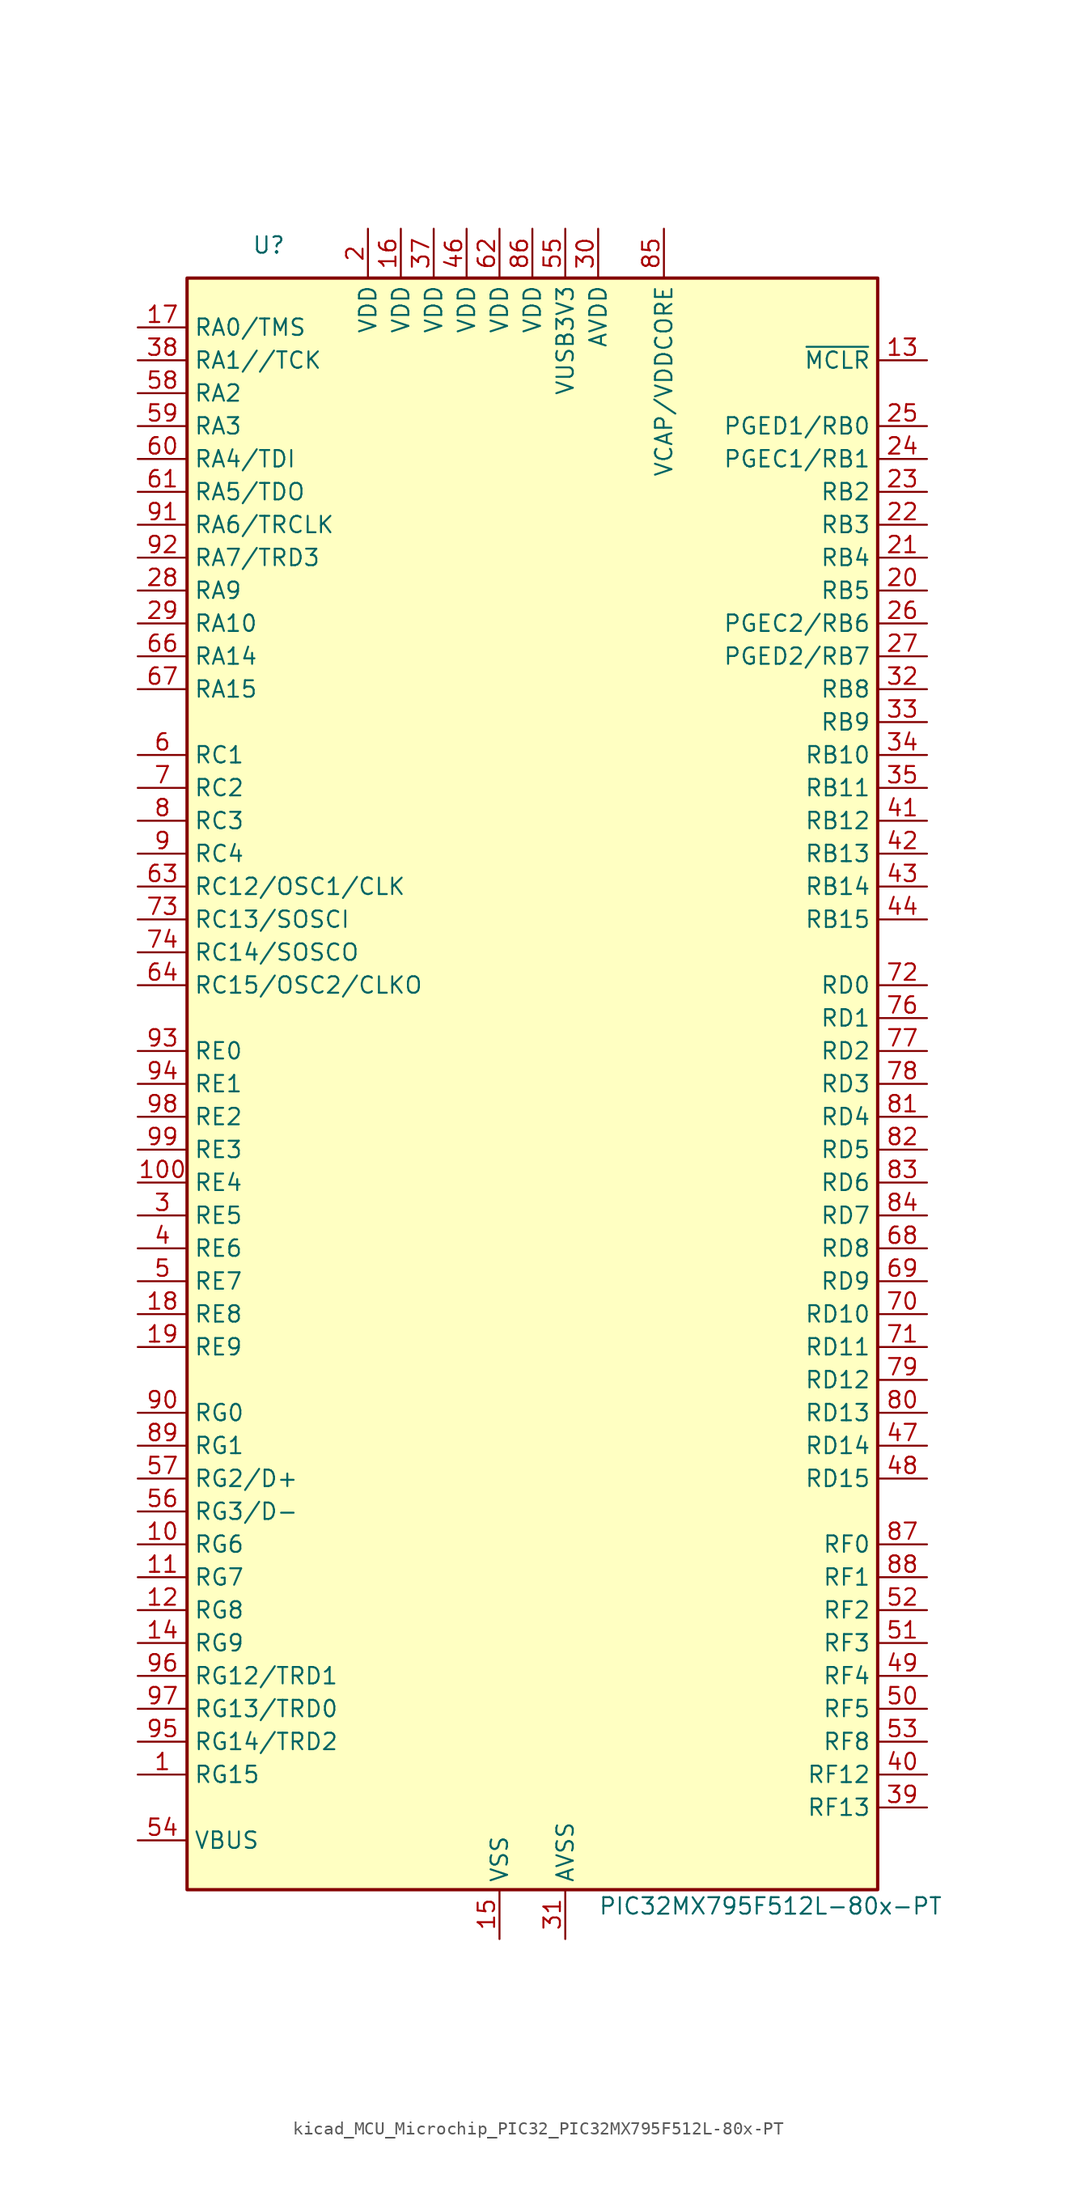
<source format=kicad_sym>
(kicad_symbol_lib
  (version 20220914)
  (generator kicad_symbol_editor)
  (symbol "kicad_MCU_Microchip_PIC32_PIC32MX795F512L-80x-PT"
    (property "Reference" "U"
      (at -19.05 64.77 0)
      (effects (font (size 1.27 1.27)) (justify right)))
    (property "Value" "PIC32MX795F512L-80x-PT"
      (at 5.08 -63.5 0)
      (effects (font (size 1.27 1.27)) (justify left)))
    (symbol "kicad_MCU_Microchip_PIC32_PIC32MX795F512L-80x-PT_1_1"
      (rectangle (start -26.67 62.23) (end 26.67 -62.23) (stroke (width 0.254) (type default)) (fill (type background)))
      (pin bidirectional line (at -30.48 -53.34 0) (length 3.81) (name "RG15" (effects (font (size 1.27 1.27)))) (number "1" (effects (font (size 1.27 1.27)))))
      (pin bidirectional line (at -30.48 -35.56 0) (length 3.81) (name "RG6" (effects (font (size 1.27 1.27)))) (number "10" (effects (font (size 1.27 1.27)))))
      (pin bidirectional line (at -30.48 -7.62 0) (length 3.81) (name "RE4" (effects (font (size 1.27 1.27)))) (number "100" (effects (font (size 1.27 1.27)))))
      (pin bidirectional line (at -30.48 -38.1 0) (length 3.81) (name "RG7" (effects (font (size 1.27 1.27)))) (number "11" (effects (font (size 1.27 1.27)))))
      (pin bidirectional line (at -30.48 -40.64 0) (length 3.81) (name "RG8" (effects (font (size 1.27 1.27)))) (number "12" (effects (font (size 1.27 1.27)))))
      (pin input line (at 30.48 55.88 180) (length 3.81) (name "~{MCLR}" (effects (font (size 1.27 1.27)))) (number "13" (effects (font (size 1.27 1.27)))))
      (pin bidirectional line (at -30.48 -43.18 0) (length 3.81) (name "RG9" (effects (font (size 1.27 1.27)))) (number "14" (effects (font (size 1.27 1.27)))))
      (pin power_in line (at -2.54 -66.04 90) (length 3.81) (name "VSS" (effects (font (size 1.27 1.27)))) (number "15" (effects (font (size 1.27 1.27)))))
      (pin power_in line (at -10.16 66.04 270) (length 3.81) (name "VDD" (effects (font (size 1.27 1.27)))) (number "16" (effects (font (size 1.27 1.27)))))
      (pin bidirectional line (at -30.48 58.42 0) (length 3.81) (name "RA0/TMS" (effects (font (size 1.27 1.27)))) (number "17" (effects (font (size 1.27 1.27)))))
      (pin bidirectional line (at -30.48 -17.78 0) (length 3.81) (name "RE8" (effects (font (size 1.27 1.27)))) (number "18" (effects (font (size 1.27 1.27)))))
      (pin bidirectional line (at -30.48 -20.32 0) (length 3.81) (name "RE9" (effects (font (size 1.27 1.27)))) (number "19" (effects (font (size 1.27 1.27)))))
      (pin power_in line (at -12.7 66.04 270) (length 3.81) (name "VDD" (effects (font (size 1.27 1.27)))) (number "2" (effects (font (size 1.27 1.27)))))
      (pin bidirectional line (at 30.48 38.1 180) (length 3.81) (name "RB5" (effects (font (size 1.27 1.27)))) (number "20" (effects (font (size 1.27 1.27)))))
      (pin bidirectional line (at 30.48 40.64 180) (length 3.81) (name "RB4" (effects (font (size 1.27 1.27)))) (number "21" (effects (font (size 1.27 1.27)))))
      (pin bidirectional line (at 30.48 43.18 180) (length 3.81) (name "RB3" (effects (font (size 1.27 1.27)))) (number "22" (effects (font (size 1.27 1.27)))))
      (pin bidirectional line (at 30.48 45.72 180) (length 3.81) (name "RB2" (effects (font (size 1.27 1.27)))) (number "23" (effects (font (size 1.27 1.27)))))
      (pin bidirectional line (at 30.48 48.26 180) (length 3.81) (name "PGEC1/RB1" (effects (font (size 1.27 1.27)))) (number "24" (effects (font (size 1.27 1.27)))))
      (pin bidirectional line (at 30.48 50.8 180) (length 3.81) (name "PGED1/RB0" (effects (font (size 1.27 1.27)))) (number "25" (effects (font (size 1.27 1.27)))))
      (pin bidirectional line (at 30.48 35.56 180) (length 3.81) (name "PGEC2/RB6" (effects (font (size 1.27 1.27)))) (number "26" (effects (font (size 1.27 1.27)))))
      (pin bidirectional line (at 30.48 33.02 180) (length 3.81) (name "PGED2/RB7" (effects (font (size 1.27 1.27)))) (number "27" (effects (font (size 1.27 1.27)))))
      (pin bidirectional line (at -30.48 38.1 0) (length 3.81) (name "RA9" (effects (font (size 1.27 1.27)))) (number "28" (effects (font (size 1.27 1.27)))))
      (pin bidirectional line (at -30.48 35.56 0) (length 3.81) (name "RA10" (effects (font (size 1.27 1.27)))) (number "29" (effects (font (size 1.27 1.27)))))
      (pin bidirectional line (at -30.48 -10.16 0) (length 3.81) (name "RE5" (effects (font (size 1.27 1.27)))) (number "3" (effects (font (size 1.27 1.27)))))
      (pin power_in line (at 5.08 66.04 270) (length 3.81) (name "AVDD" (effects (font (size 1.27 1.27)))) (number "30" (effects (font (size 1.27 1.27)))))
      (pin power_in line (at 2.54 -66.04 90) (length 3.81) (name "AVSS" (effects (font (size 1.27 1.27)))) (number "31" (effects (font (size 1.27 1.27)))))
      (pin bidirectional line (at 30.48 30.48 180) (length 3.81) (name "RB8" (effects (font (size 1.27 1.27)))) (number "32" (effects (font (size 1.27 1.27)))))
      (pin bidirectional line (at 30.48 27.94 180) (length 3.81) (name "RB9" (effects (font (size 1.27 1.27)))) (number "33" (effects (font (size 1.27 1.27)))))
      (pin bidirectional line (at 30.48 25.4 180) (length 3.81) (name "RB10" (effects (font (size 1.27 1.27)))) (number "34" (effects (font (size 1.27 1.27)))))
      (pin bidirectional line (at 30.48 22.86 180) (length 3.81) (name "RB11" (effects (font (size 1.27 1.27)))) (number "35" (effects (font (size 1.27 1.27)))))
      (pin passive line (at -2.54 -66.04 90) (length 3.81) hide (name "VSS" (effects (font (size 1.27 1.27)))) (number "36" (effects (font (size 1.27 1.27)))))
      (pin power_in line (at -7.62 66.04 270) (length 3.81) (name "VDD" (effects (font (size 1.27 1.27)))) (number "37" (effects (font (size 1.27 1.27)))))
      (pin bidirectional line (at -30.48 55.88 0) (length 3.81) (name "RA1//TCK" (effects (font (size 1.27 1.27)))) (number "38" (effects (font (size 1.27 1.27)))))
      (pin bidirectional line (at 30.48 -55.88 180) (length 3.81) (name "RF13" (effects (font (size 1.27 1.27)))) (number "39" (effects (font (size 1.27 1.27)))))
      (pin bidirectional line (at -30.48 -12.7 0) (length 3.81) (name "RE6" (effects (font (size 1.27 1.27)))) (number "4" (effects (font (size 1.27 1.27)))))
      (pin bidirectional line (at 30.48 -53.34 180) (length 3.81) (name "RF12" (effects (font (size 1.27 1.27)))) (number "40" (effects (font (size 1.27 1.27)))))
      (pin bidirectional line (at 30.48 20.32 180) (length 3.81) (name "RB12" (effects (font (size 1.27 1.27)))) (number "41" (effects (font (size 1.27 1.27)))))
      (pin bidirectional line (at 30.48 17.78 180) (length 3.81) (name "RB13" (effects (font (size 1.27 1.27)))) (number "42" (effects (font (size 1.27 1.27)))))
      (pin bidirectional line (at 30.48 15.24 180) (length 3.81) (name "RB14" (effects (font (size 1.27 1.27)))) (number "43" (effects (font (size 1.27 1.27)))))
      (pin bidirectional line (at 30.48 12.7 180) (length 3.81) (name "RB15" (effects (font (size 1.27 1.27)))) (number "44" (effects (font (size 1.27 1.27)))))
      (pin passive line (at -2.54 -66.04 90) (length 3.81) hide (name "VSS" (effects (font (size 1.27 1.27)))) (number "45" (effects (font (size 1.27 1.27)))))
      (pin power_in line (at -5.08 66.04 270) (length 3.81) (name "VDD" (effects (font (size 1.27 1.27)))) (number "46" (effects (font (size 1.27 1.27)))))
      (pin bidirectional line (at 30.48 -27.94 180) (length 3.81) (name "RD14" (effects (font (size 1.27 1.27)))) (number "47" (effects (font (size 1.27 1.27)))))
      (pin bidirectional line (at 30.48 -30.48 180) (length 3.81) (name "RD15" (effects (font (size 1.27 1.27)))) (number "48" (effects (font (size 1.27 1.27)))))
      (pin bidirectional line (at 30.48 -45.72 180) (length 3.81) (name "RF4" (effects (font (size 1.27 1.27)))) (number "49" (effects (font (size 1.27 1.27)))))
      (pin bidirectional line (at -30.48 -15.24 0) (length 3.81) (name "RE7" (effects (font (size 1.27 1.27)))) (number "5" (effects (font (size 1.27 1.27)))))
      (pin bidirectional line (at 30.48 -48.26 180) (length 3.81) (name "RF5" (effects (font (size 1.27 1.27)))) (number "50" (effects (font (size 1.27 1.27)))))
      (pin bidirectional line (at 30.48 -43.18 180) (length 3.81) (name "RF3" (effects (font (size 1.27 1.27)))) (number "51" (effects (font (size 1.27 1.27)))))
      (pin bidirectional line (at 30.48 -40.64 180) (length 3.81) (name "RF2" (effects (font (size 1.27 1.27)))) (number "52" (effects (font (size 1.27 1.27)))))
      (pin bidirectional line (at 30.48 -50.8 180) (length 3.81) (name "RF8" (effects (font (size 1.27 1.27)))) (number "53" (effects (font (size 1.27 1.27)))))
      (pin input line (at -30.48 -58.42 0) (length 3.81) (name "VBUS" (effects (font (size 1.27 1.27)))) (number "54" (effects (font (size 1.27 1.27)))))
      (pin power_in line (at 2.54 66.04 270) (length 3.81) (name "VUSB3V3" (effects (font (size 1.27 1.27)))) (number "55" (effects (font (size 1.27 1.27)))))
      (pin bidirectional line (at -30.48 -33.02 0) (length 3.81) (name "RG3/D-" (effects (font (size 1.27 1.27)))) (number "56" (effects (font (size 1.27 1.27)))))
      (pin bidirectional line (at -30.48 -30.48 0) (length 3.81) (name "RG2/D+" (effects (font (size 1.27 1.27)))) (number "57" (effects (font (size 1.27 1.27)))))
      (pin bidirectional line (at -30.48 53.34 0) (length 3.81) (name "RA2" (effects (font (size 1.27 1.27)))) (number "58" (effects (font (size 1.27 1.27)))))
      (pin bidirectional line (at -30.48 50.8 0) (length 3.81) (name "RA3" (effects (font (size 1.27 1.27)))) (number "59" (effects (font (size 1.27 1.27)))))
      (pin bidirectional line (at -30.48 25.4 0) (length 3.81) (name "RC1" (effects (font (size 1.27 1.27)))) (number "6" (effects (font (size 1.27 1.27)))))
      (pin bidirectional line (at -30.48 48.26 0) (length 3.81) (name "RA4/TDI" (effects (font (size 1.27 1.27)))) (number "60" (effects (font (size 1.27 1.27)))))
      (pin bidirectional line (at -30.48 45.72 0) (length 3.81) (name "RA5/TDO" (effects (font (size 1.27 1.27)))) (number "61" (effects (font (size 1.27 1.27)))))
      (pin power_in line (at -2.54 66.04 270) (length 3.81) (name "VDD" (effects (font (size 1.27 1.27)))) (number "62" (effects (font (size 1.27 1.27)))))
      (pin bidirectional line (at -30.48 15.24 0) (length 3.81) (name "RC12/OSC1/CLK" (effects (font (size 1.27 1.27)))) (number "63" (effects (font (size 1.27 1.27)))))
      (pin bidirectional line (at -30.48 7.62 0) (length 3.81) (name "RC15/OSC2/CLKO" (effects (font (size 1.27 1.27)))) (number "64" (effects (font (size 1.27 1.27)))))
      (pin passive line (at -2.54 -66.04 90) (length 3.81) hide (name "VSS" (effects (font (size 1.27 1.27)))) (number "65" (effects (font (size 1.27 1.27)))))
      (pin bidirectional line (at -30.48 33.02 0) (length 3.81) (name "RA14" (effects (font (size 1.27 1.27)))) (number "66" (effects (font (size 1.27 1.27)))))
      (pin bidirectional line (at -30.48 30.48 0) (length 3.81) (name "RA15" (effects (font (size 1.27 1.27)))) (number "67" (effects (font (size 1.27 1.27)))))
      (pin bidirectional line (at 30.48 -12.7 180) (length 3.81) (name "RD8" (effects (font (size 1.27 1.27)))) (number "68" (effects (font (size 1.27 1.27)))))
      (pin bidirectional line (at 30.48 -15.24 180) (length 3.81) (name "RD9" (effects (font (size 1.27 1.27)))) (number "69" (effects (font (size 1.27 1.27)))))
      (pin bidirectional line (at -30.48 22.86 0) (length 3.81) (name "RC2" (effects (font (size 1.27 1.27)))) (number "7" (effects (font (size 1.27 1.27)))))
      (pin bidirectional line (at 30.48 -17.78 180) (length 3.81) (name "RD10" (effects (font (size 1.27 1.27)))) (number "70" (effects (font (size 1.27 1.27)))))
      (pin bidirectional line (at 30.48 -20.32 180) (length 3.81) (name "RD11" (effects (font (size 1.27 1.27)))) (number "71" (effects (font (size 1.27 1.27)))))
      (pin bidirectional line (at 30.48 7.62 180) (length 3.81) (name "RD0" (effects (font (size 1.27 1.27)))) (number "72" (effects (font (size 1.27 1.27)))))
      (pin bidirectional line (at -30.48 12.7 0) (length 3.81) (name "RC13/SOSCI" (effects (font (size 1.27 1.27)))) (number "73" (effects (font (size 1.27 1.27)))))
      (pin bidirectional line (at -30.48 10.16 0) (length 3.81) (name "RC14/SOSCO" (effects (font (size 1.27 1.27)))) (number "74" (effects (font (size 1.27 1.27)))))
      (pin passive line (at -2.54 -66.04 90) (length 3.81) hide (name "VSS" (effects (font (size 1.27 1.27)))) (number "75" (effects (font (size 1.27 1.27)))))
      (pin bidirectional line (at 30.48 5.08 180) (length 3.81) (name "RD1" (effects (font (size 1.27 1.27)))) (number "76" (effects (font (size 1.27 1.27)))))
      (pin bidirectional line (at 30.48 2.54 180) (length 3.81) (name "RD2" (effects (font (size 1.27 1.27)))) (number "77" (effects (font (size 1.27 1.27)))))
      (pin bidirectional line (at 30.48 0 180) (length 3.81) (name "RD3" (effects (font (size 1.27 1.27)))) (number "78" (effects (font (size 1.27 1.27)))))
      (pin bidirectional line (at 30.48 -22.86 180) (length 3.81) (name "RD12" (effects (font (size 1.27 1.27)))) (number "79" (effects (font (size 1.27 1.27)))))
      (pin bidirectional line (at -30.48 20.32 0) (length 3.81) (name "RC3" (effects (font (size 1.27 1.27)))) (number "8" (effects (font (size 1.27 1.27)))))
      (pin bidirectional line (at 30.48 -25.4 180) (length 3.81) (name "RD13" (effects (font (size 1.27 1.27)))) (number "80" (effects (font (size 1.27 1.27)))))
      (pin bidirectional line (at 30.48 -2.54 180) (length 3.81) (name "RD4" (effects (font (size 1.27 1.27)))) (number "81" (effects (font (size 1.27 1.27)))))
      (pin bidirectional line (at 30.48 -5.08 180) (length 3.81) (name "RD5" (effects (font (size 1.27 1.27)))) (number "82" (effects (font (size 1.27 1.27)))))
      (pin bidirectional line (at 30.48 -7.62 180) (length 3.81) (name "RD6" (effects (font (size 1.27 1.27)))) (number "83" (effects (font (size 1.27 1.27)))))
      (pin bidirectional line (at 30.48 -10.16 180) (length 3.81) (name "RD7" (effects (font (size 1.27 1.27)))) (number "84" (effects (font (size 1.27 1.27)))))
      (pin power_out line (at 10.16 66.04 270) (length 3.81) (name "VCAP/VDDCORE" (effects (font (size 1.27 1.27)))) (number "85" (effects (font (size 1.27 1.27)))))
      (pin power_in line (at 0 66.04 270) (length 3.81) (name "VDD" (effects (font (size 1.27 1.27)))) (number "86" (effects (font (size 1.27 1.27)))))
      (pin bidirectional line (at 30.48 -35.56 180) (length 3.81) (name "RF0" (effects (font (size 1.27 1.27)))) (number "87" (effects (font (size 1.27 1.27)))))
      (pin bidirectional line (at 30.48 -38.1 180) (length 3.81) (name "RF1" (effects (font (size 1.27 1.27)))) (number "88" (effects (font (size 1.27 1.27)))))
      (pin bidirectional line (at -30.48 -27.94 0) (length 3.81) (name "RG1" (effects (font (size 1.27 1.27)))) (number "89" (effects (font (size 1.27 1.27)))))
      (pin bidirectional line (at -30.48 17.78 0) (length 3.81) (name "RC4" (effects (font (size 1.27 1.27)))) (number "9" (effects (font (size 1.27 1.27)))))
      (pin bidirectional line (at -30.48 -25.4 0) (length 3.81) (name "RG0" (effects (font (size 1.27 1.27)))) (number "90" (effects (font (size 1.27 1.27)))))
      (pin bidirectional line (at -30.48 43.18 0) (length 3.81) (name "RA6/TRCLK" (effects (font (size 1.27 1.27)))) (number "91" (effects (font (size 1.27 1.27)))))
      (pin bidirectional line (at -30.48 40.64 0) (length 3.81) (name "RA7/TRD3" (effects (font (size 1.27 1.27)))) (number "92" (effects (font (size 1.27 1.27)))))
      (pin bidirectional line (at -30.48 2.54 0) (length 3.81) (name "RE0" (effects (font (size 1.27 1.27)))) (number "93" (effects (font (size 1.27 1.27)))))
      (pin bidirectional line (at -30.48 0 0) (length 3.81) (name "RE1" (effects (font (size 1.27 1.27)))) (number "94" (effects (font (size 1.27 1.27)))))
      (pin bidirectional line (at -30.48 -50.8 0) (length 3.81) (name "RG14/TRD2" (effects (font (size 1.27 1.27)))) (number "95" (effects (font (size 1.27 1.27)))))
      (pin bidirectional line (at -30.48 -45.72 0) (length 3.81) (name "RG12/TRD1" (effects (font (size 1.27 1.27)))) (number "96" (effects (font (size 1.27 1.27)))))
      (pin bidirectional line (at -30.48 -48.26 0) (length 3.81) (name "RG13/TRD0" (effects (font (size 1.27 1.27)))) (number "97" (effects (font (size 1.27 1.27)))))
      (pin bidirectional line (at -30.48 -2.54 0) (length 3.81) (name "RE2" (effects (font (size 1.27 1.27)))) (number "98" (effects (font (size 1.27 1.27)))))
      (pin bidirectional line (at -30.48 -5.08 0) (length 3.81) (name "RE3" (effects (font (size 1.27 1.27)))) (number "99" (effects (font (size 1.27 1.27))))))))
</source>
